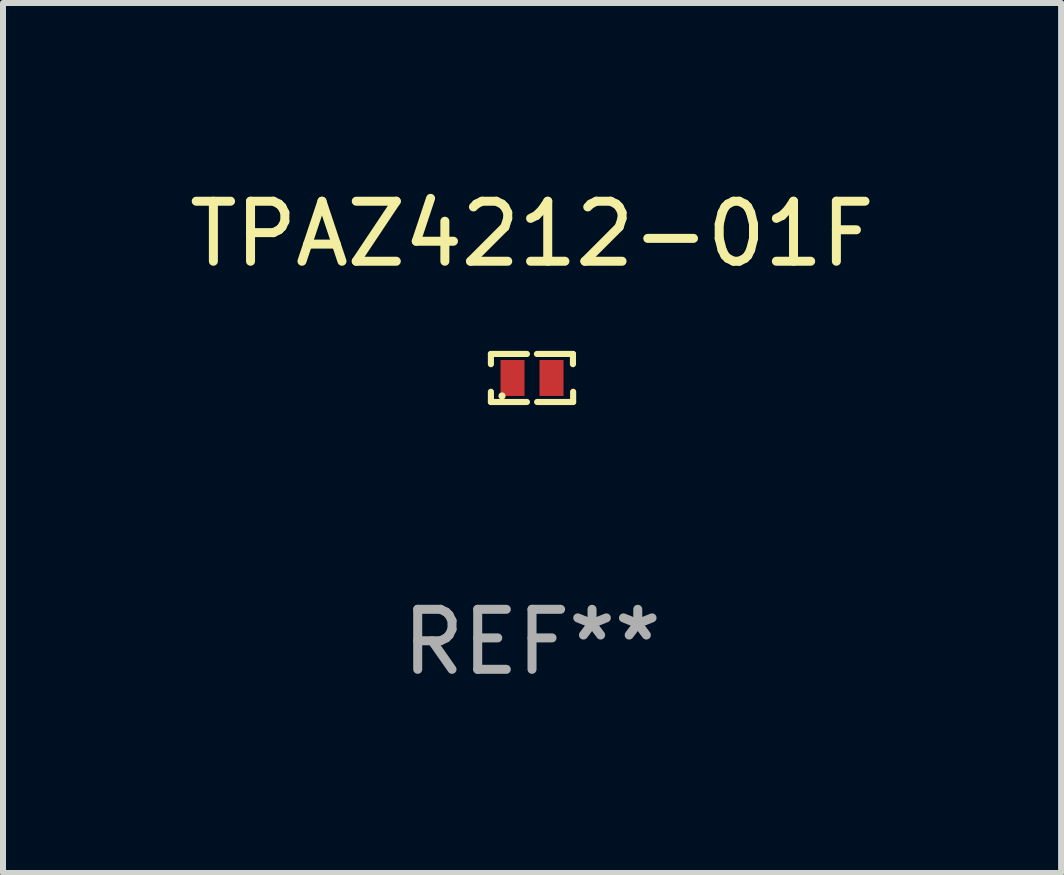
<source format=kicad_pcb>
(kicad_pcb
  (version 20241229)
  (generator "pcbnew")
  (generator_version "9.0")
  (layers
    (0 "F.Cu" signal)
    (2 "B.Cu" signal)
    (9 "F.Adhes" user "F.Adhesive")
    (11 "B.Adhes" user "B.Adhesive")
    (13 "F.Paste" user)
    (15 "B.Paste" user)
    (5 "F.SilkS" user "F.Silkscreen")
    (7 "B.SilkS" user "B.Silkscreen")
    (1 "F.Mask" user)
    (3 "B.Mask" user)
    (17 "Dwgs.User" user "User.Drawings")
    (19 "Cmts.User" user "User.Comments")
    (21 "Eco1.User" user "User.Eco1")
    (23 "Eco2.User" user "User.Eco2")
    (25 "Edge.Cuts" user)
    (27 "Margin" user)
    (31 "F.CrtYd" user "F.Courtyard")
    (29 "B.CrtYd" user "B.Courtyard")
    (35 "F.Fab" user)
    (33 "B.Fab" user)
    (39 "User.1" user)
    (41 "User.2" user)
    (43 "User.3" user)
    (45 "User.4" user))
  (footprint "TPAZ4212-01F"
    (layer "F.Cu")
    (at 5.815 3.248)
    (property "Reference" "TPAZ4212-01F" (at 0 -2.4 0) (layer "F.SilkS") (effects (font (size 1 1) (thickness 0.15))))
    (attr through_hole)
    (fp_line (start -0.685 -0.4) (end -0.685 -0.23) (stroke (width 0.102) (type solid)) (layer "F.SilkS"))
    (fp_line (start -0.685 0.4) (end -0.685 0.23) (stroke (width 0.102) (type solid)) (layer "F.SilkS"))
    (fp_line (start -0.085 -0.4) (end -0.685 -0.4) (stroke (width 0.102) (type solid)) (layer "F.SilkS"))
    (fp_line (start -0.085 0.4) (end -0.685 0.4) (stroke (width 0.102) (type solid)) (layer "F.SilkS"))
    (fp_line (start 0.082 -0.4) (end 0.682 -0.4) (stroke (width 0.102) (type solid)) (layer "F.SilkS"))
    (fp_line (start 0.085 0.4) (end 0.685 0.4) (stroke (width 0.102) (type solid)) (layer "F.SilkS"))
    (fp_line (start 0.682 -0.4) (end 0.682 -0.23) (stroke (width 0.102) (type solid)) (layer "F.SilkS"))
    (fp_line (start 0.685 0.4) (end 0.685 0.23) (stroke (width 0.102) (type solid)) (layer "F.SilkS"))
    (fp_circle (center -0.5 0.3) (end -0.47 0.3) (stroke (width 0.06) (type solid)) (fill no) (layer "F.SilkS"))
    (fp_text user "REF**" (at 0 4.4 0) (layer "F.Fab") (effects (font (size 1 1) (thickness 0.15))))
    (pad "1" smd rect (at -0.325 0) (size 0.4 0.6) (layers "F.Cu" "F.Mask" "F.Paste"))
    (pad "2" smd rect (at 0.325 0) (size 0.4 0.6) (layers "F.Cu" "F.Mask" "F.Paste")))
  (gr_rect
    (start -3 -3)
    (end 14.631 11.497)
    (stroke (width 0.1) (type default))
    (fill no)
    (layer "Edge.Cuts")))
</source>
